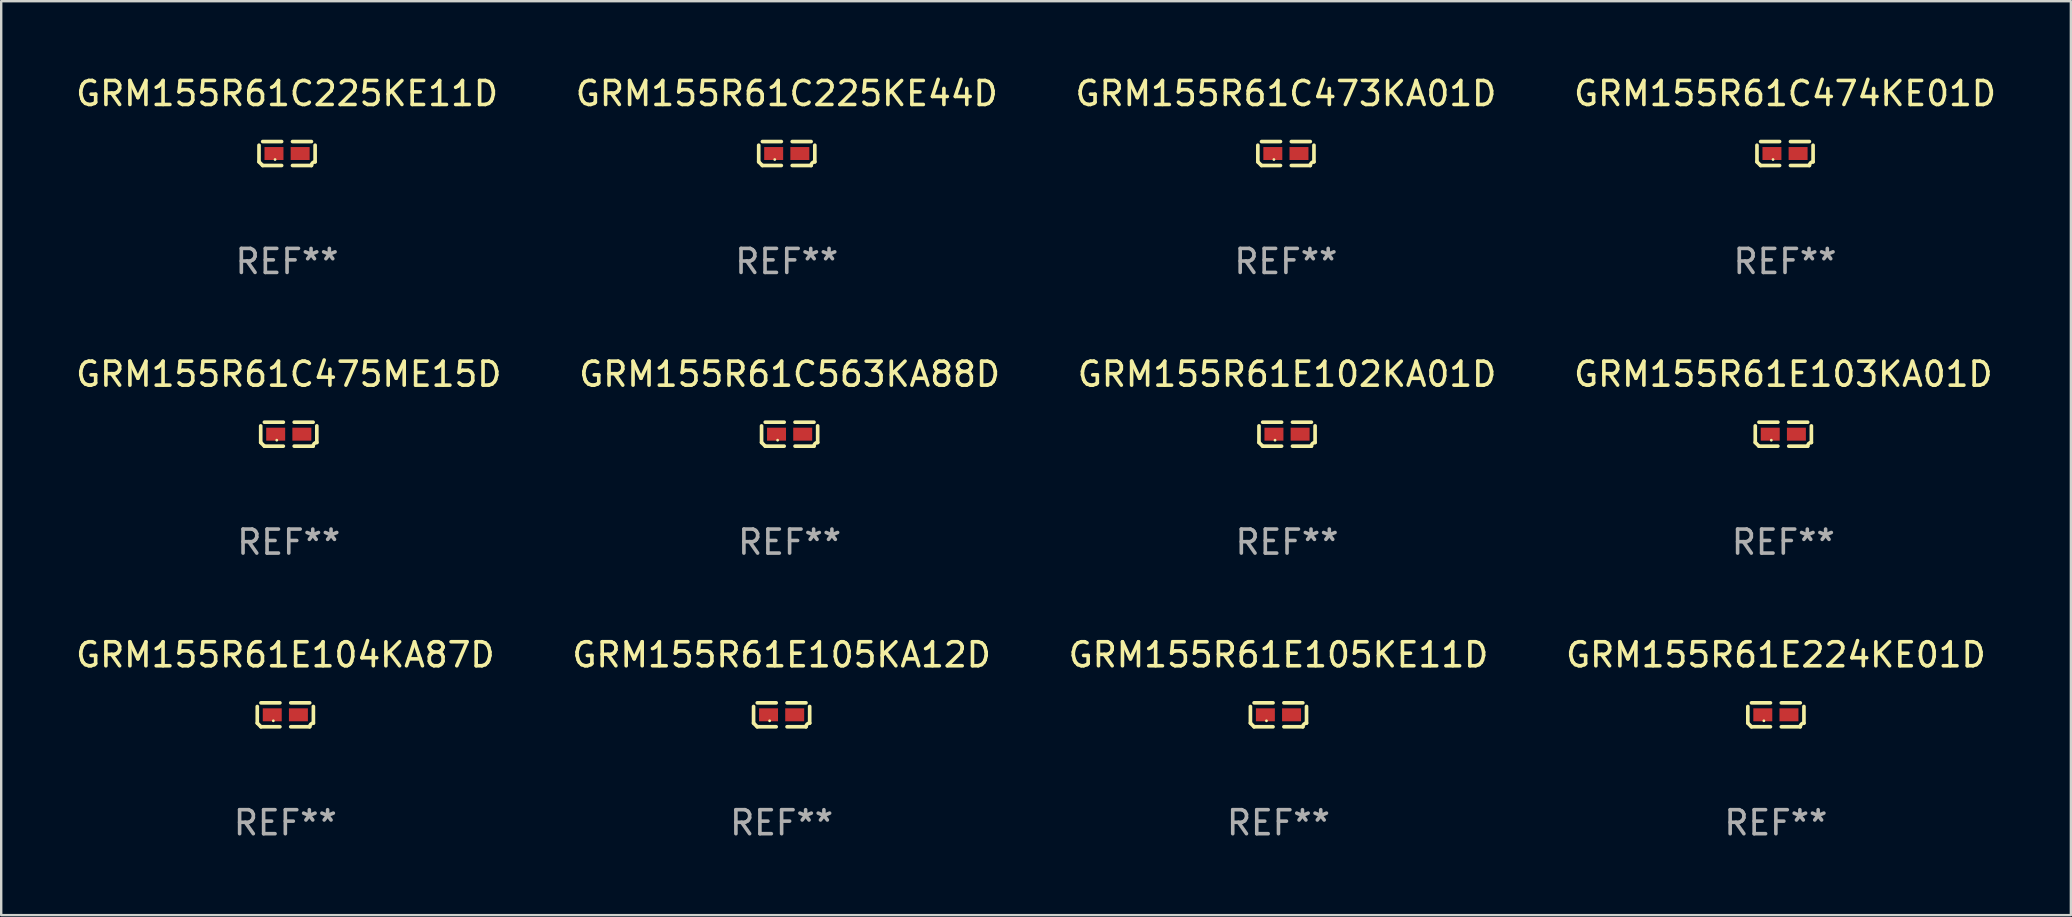
<source format=kicad_pcb>
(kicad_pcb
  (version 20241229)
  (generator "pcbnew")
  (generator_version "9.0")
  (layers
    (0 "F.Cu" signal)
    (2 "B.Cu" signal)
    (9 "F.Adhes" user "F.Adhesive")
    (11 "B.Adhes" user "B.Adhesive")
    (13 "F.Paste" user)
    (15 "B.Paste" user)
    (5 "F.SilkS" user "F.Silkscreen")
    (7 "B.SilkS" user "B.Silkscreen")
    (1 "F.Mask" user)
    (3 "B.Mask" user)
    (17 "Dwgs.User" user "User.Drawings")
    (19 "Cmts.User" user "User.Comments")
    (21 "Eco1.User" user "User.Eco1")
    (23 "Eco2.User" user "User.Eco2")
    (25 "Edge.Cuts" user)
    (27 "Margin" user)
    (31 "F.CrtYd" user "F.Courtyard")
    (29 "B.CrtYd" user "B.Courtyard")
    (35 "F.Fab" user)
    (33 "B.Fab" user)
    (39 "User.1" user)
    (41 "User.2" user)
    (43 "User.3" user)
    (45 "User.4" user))
  (footprint "GRM155R61E224KE01D"
    (layer "F.Cu")
    (at 70.946 26.734)
    (property "Reference" "GRM155R61E224KE01D" (at 0 -2.499 0) (layer "F.SilkS") (effects (font (size 1 1) (thickness 0.15))))
    (attr through_hole)
    (fp_line (start -1.169 0.346) (end -1.169 -0.346) (stroke (width 0.152) (type solid)) (layer "F.SilkS"))
    (fp_line (start -1.016 -0.499) (end -0.226 -0.499) (stroke (width 0.152) (type solid)) (layer "F.SilkS"))
    (fp_line (start -0.226 0.499) (end -1.016 0.499) (stroke (width 0.152) (type solid)) (layer "F.SilkS"))
    (fp_line (start 0.226 0.499) (end 1.016 0.499) (stroke (width 0.152) (type solid)) (layer "F.SilkS"))
    (fp_line (start 1.016 -0.499) (end 0.226 -0.499) (stroke (width 0.152) (type solid)) (layer "F.SilkS"))
    (fp_line (start 1.169 0.346) (end 1.169 -0.346) (stroke (width 0.152) (type solid)) (layer "F.SilkS"))
    (fp_arc (start -1.016307 0.498603) (mid -1.092512 0.422405) (end -1.16871 0.3462) (stroke (width 0.1524) (type solid)) (layer "F.SilkS"))
    (fp_arc (start 1.016307 0.498603) (mid 1.060899 0.390758) (end 1.168707 0.346076) (stroke (width 0.1524) (type solid)) (layer "F.SilkS"))
    (fp_circle (center -0.5 0.25) (end -0.47 0.25) (stroke (width 0.06) (type solid)) (fill no) (layer "F.SilkS"))
    (fp_text user "REF**" (at 0 4.499 0) (layer "F.Fab") (effects (font (size 1 1) (thickness 0.15))))
    (pad "1" smd rect (at -0.545 0) (size 0.79 0.54) (layers "F.Cu" "F.Mask" "F.Paste"))
    (pad "2" smd rect (at 0.545 0) (size 0.79 0.54) (layers "F.Cu" "F.Mask" "F.Paste")))
  (footprint "GRM155R61C225KE11D"
    (layer "F.Cu")
    (at 8.911 3.347)
    (property "Reference" "GRM155R61C225KE11D" (at 0 -2.499 0) (layer "F.SilkS") (effects (font (size 1 1) (thickness 0.15))))
    (attr through_hole)
    (fp_line (start -1.169 0.346) (end -1.169 -0.346) (stroke (width 0.152) (type solid)) (layer "F.SilkS"))
    (fp_line (start -1.016 -0.499) (end -0.226 -0.499) (stroke (width 0.152) (type solid)) (layer "F.SilkS"))
    (fp_line (start -0.226 0.499) (end -1.016 0.499) (stroke (width 0.152) (type solid)) (layer "F.SilkS"))
    (fp_line (start 0.226 0.499) (end 1.016 0.499) (stroke (width 0.152) (type solid)) (layer "F.SilkS"))
    (fp_line (start 1.016 -0.499) (end 0.226 -0.499) (stroke (width 0.152) (type solid)) (layer "F.SilkS"))
    (fp_line (start 1.169 0.346) (end 1.169 -0.346) (stroke (width 0.152) (type solid)) (layer "F.SilkS"))
    (fp_arc (start -1.016307 0.498603) (mid -1.092512 0.422405) (end -1.16871 0.3462) (stroke (width 0.1524) (type solid)) (layer "F.SilkS"))
    (fp_arc (start 1.016307 0.498603) (mid 1.060899 0.390758) (end 1.168707 0.346076) (stroke (width 0.1524) (type solid)) (layer "F.SilkS"))
    (fp_circle (center -0.5 0.25) (end -0.47 0.25) (stroke (width 0.06) (type solid)) (fill no) (layer "F.SilkS"))
    (fp_text user "REF**" (at 0 4.499 0) (layer "F.Fab") (effects (font (size 1 1) (thickness 0.15))))
    (pad "1" smd rect (at -0.545 0) (size 0.79 0.54) (layers "F.Cu" "F.Mask" "F.Paste"))
    (pad "2" smd rect (at 0.545 0) (size 0.79 0.54) (layers "F.Cu" "F.Mask" "F.Paste")))
  (footprint "GRM155R61E105KE11D"
    (layer "F.Cu")
    (at 50.22 26.734)
    (property "Reference" "GRM155R61E105KE11D" (at 0 -2.499 0) (layer "F.SilkS") (effects (font (size 1 1) (thickness 0.15))))
    (attr through_hole)
    (fp_line (start -1.169 0.346) (end -1.169 -0.346) (stroke (width 0.152) (type solid)) (layer "F.SilkS"))
    (fp_line (start -1.016 -0.499) (end -0.226 -0.499) (stroke (width 0.152) (type solid)) (layer "F.SilkS"))
    (fp_line (start -0.226 0.499) (end -1.016 0.499) (stroke (width 0.152) (type solid)) (layer "F.SilkS"))
    (fp_line (start 0.226 0.499) (end 1.016 0.499) (stroke (width 0.152) (type solid)) (layer "F.SilkS"))
    (fp_line (start 1.016 -0.499) (end 0.226 -0.499) (stroke (width 0.152) (type solid)) (layer "F.SilkS"))
    (fp_line (start 1.169 0.346) (end 1.169 -0.346) (stroke (width 0.152) (type solid)) (layer "F.SilkS"))
    (fp_arc (start -1.016307 0.498603) (mid -1.092512 0.422405) (end -1.16871 0.3462) (stroke (width 0.1524) (type solid)) (layer "F.SilkS"))
    (fp_arc (start 1.016307 0.498603) (mid 1.060899 0.390758) (end 1.168707 0.346076) (stroke (width 0.1524) (type solid)) (layer "F.SilkS"))
    (fp_circle (center -0.5 0.25) (end -0.47 0.25) (stroke (width 0.06) (type solid)) (fill no) (layer "F.SilkS"))
    (fp_text user "REF**" (at 0 4.499 0) (layer "F.Fab") (effects (font (size 1 1) (thickness 0.15))))
    (pad "1" smd rect (at -0.545 0) (size 0.79 0.54) (layers "F.Cu" "F.Mask" "F.Paste"))
    (pad "2" smd rect (at 0.545 0) (size 0.79 0.54) (layers "F.Cu" "F.Mask" "F.Paste")))
  (footprint "GRM155R61C474KE01D"
    (layer "F.Cu")
    (at 71.327 3.347)
    (property "Reference" "GRM155R61C474KE01D" (at 0 -2.499 0) (layer "F.SilkS") (effects (font (size 1 1) (thickness 0.15))))
    (attr through_hole)
    (fp_line (start -1.169 0.346) (end -1.169 -0.346) (stroke (width 0.152) (type solid)) (layer "F.SilkS"))
    (fp_line (start -1.016 -0.499) (end -0.226 -0.499) (stroke (width 0.152) (type solid)) (layer "F.SilkS"))
    (fp_line (start -0.226 0.499) (end -1.016 0.499) (stroke (width 0.152) (type solid)) (layer "F.SilkS"))
    (fp_line (start 0.226 0.499) (end 1.016 0.499) (stroke (width 0.152) (type solid)) (layer "F.SilkS"))
    (fp_line (start 1.016 -0.499) (end 0.226 -0.499) (stroke (width 0.152) (type solid)) (layer "F.SilkS"))
    (fp_line (start 1.169 0.346) (end 1.169 -0.346) (stroke (width 0.152) (type solid)) (layer "F.SilkS"))
    (fp_arc (start -1.016307 0.498603) (mid -1.092512 0.422405) (end -1.16871 0.3462) (stroke (width 0.1524) (type solid)) (layer "F.SilkS"))
    (fp_arc (start 1.016307 0.498603) (mid 1.060899 0.390758) (end 1.168707 0.346076) (stroke (width 0.1524) (type solid)) (layer "F.SilkS"))
    (fp_circle (center -0.5 0.25) (end -0.47 0.25) (stroke (width 0.06) (type solid)) (fill no) (layer "F.SilkS"))
    (fp_text user "REF**" (at 0 4.499 0) (layer "F.Fab") (effects (font (size 1 1) (thickness 0.15))))
    (pad "1" smd rect (at -0.545 0) (size 0.79 0.54) (layers "F.Cu" "F.Mask" "F.Paste"))
    (pad "2" smd rect (at 0.545 0) (size 0.79 0.54) (layers "F.Cu" "F.Mask" "F.Paste")))
  (footprint "GRM155R61E102KA01D"
    (layer "F.Cu")
    (at 50.577 15.041)
    (property "Reference" "GRM155R61E102KA01D" (at 0 -2.499 0) (layer "F.SilkS") (effects (font (size 1 1) (thickness 0.15))))
    (attr through_hole)
    (fp_line (start -1.169 0.346) (end -1.169 -0.346) (stroke (width 0.152) (type solid)) (layer "F.SilkS"))
    (fp_line (start -1.016 -0.499) (end -0.226 -0.499) (stroke (width 0.152) (type solid)) (layer "F.SilkS"))
    (fp_line (start -0.226 0.499) (end -1.016 0.499) (stroke (width 0.152) (type solid)) (layer "F.SilkS"))
    (fp_line (start 0.226 0.499) (end 1.016 0.499) (stroke (width 0.152) (type solid)) (layer "F.SilkS"))
    (fp_line (start 1.016 -0.499) (end 0.226 -0.499) (stroke (width 0.152) (type solid)) (layer "F.SilkS"))
    (fp_line (start 1.169 0.346) (end 1.169 -0.346) (stroke (width 0.152) (type solid)) (layer "F.SilkS"))
    (fp_arc (start -1.016307 0.498603) (mid -1.092512 0.422405) (end -1.16871 0.3462) (stroke (width 0.1524) (type solid)) (layer "F.SilkS"))
    (fp_arc (start 1.016307 0.498603) (mid 1.060899 0.390758) (end 1.168707 0.346076) (stroke (width 0.1524) (type solid)) (layer "F.SilkS"))
    (fp_circle (center -0.5 0.25) (end -0.47 0.25) (stroke (width 0.06) (type solid)) (fill no) (layer "F.SilkS"))
    (fp_text user "REF**" (at 0 4.499 0) (layer "F.Fab") (effects (font (size 1 1) (thickness 0.15))))
    (pad "1" smd rect (at -0.545 0) (size 0.79 0.54) (layers "F.Cu" "F.Mask" "F.Paste"))
    (pad "2" smd rect (at 0.545 0) (size 0.79 0.54) (layers "F.Cu" "F.Mask" "F.Paste")))
  (footprint "GRM155R61C225KE44D"
    (layer "F.Cu")
    (at 29.732 3.347)
    (property "Reference" "GRM155R61C225KE44D" (at 0 -2.499 0) (layer "F.SilkS") (effects (font (size 1 1) (thickness 0.15))))
    (attr through_hole)
    (fp_line (start -1.169 0.346) (end -1.169 -0.346) (stroke (width 0.152) (type solid)) (layer "F.SilkS"))
    (fp_line (start -1.016 -0.499) (end -0.226 -0.499) (stroke (width 0.152) (type solid)) (layer "F.SilkS"))
    (fp_line (start -0.226 0.499) (end -1.016 0.499) (stroke (width 0.152) (type solid)) (layer "F.SilkS"))
    (fp_line (start 0.226 0.499) (end 1.016 0.499) (stroke (width 0.152) (type solid)) (layer "F.SilkS"))
    (fp_line (start 1.016 -0.499) (end 0.226 -0.499) (stroke (width 0.152) (type solid)) (layer "F.SilkS"))
    (fp_line (start 1.169 0.346) (end 1.169 -0.346) (stroke (width 0.152) (type solid)) (layer "F.SilkS"))
    (fp_arc (start -1.016307 0.498603) (mid -1.092512 0.422405) (end -1.16871 0.3462) (stroke (width 0.1524) (type solid)) (layer "F.SilkS"))
    (fp_arc (start 1.016307 0.498603) (mid 1.060899 0.390758) (end 1.168707 0.346076) (stroke (width 0.1524) (type solid)) (layer "F.SilkS"))
    (fp_circle (center -0.5 0.25) (end -0.47 0.25) (stroke (width 0.06) (type solid)) (fill no) (layer "F.SilkS"))
    (fp_text user "REF**" (at 0 4.499 0) (layer "F.Fab") (effects (font (size 1 1) (thickness 0.15))))
    (pad "1" smd rect (at -0.545 0) (size 0.79 0.54) (layers "F.Cu" "F.Mask" "F.Paste"))
    (pad "2" smd rect (at 0.545 0) (size 0.79 0.54) (layers "F.Cu" "F.Mask" "F.Paste")))
  (footprint "GRM155R61E103KA01D"
    (layer "F.Cu")
    (at 71.256 15.041)
    (property "Reference" "GRM155R61E103KA01D" (at 0 -2.499 0) (layer "F.SilkS") (effects (font (size 1 1) (thickness 0.15))))
    (attr through_hole)
    (fp_line (start -1.169 0.346) (end -1.169 -0.346) (stroke (width 0.152) (type solid)) (layer "F.SilkS"))
    (fp_line (start -1.016 -0.499) (end -0.226 -0.499) (stroke (width 0.152) (type solid)) (layer "F.SilkS"))
    (fp_line (start -0.226 0.499) (end -1.016 0.499) (stroke (width 0.152) (type solid)) (layer "F.SilkS"))
    (fp_line (start 0.226 0.499) (end 1.016 0.499) (stroke (width 0.152) (type solid)) (layer "F.SilkS"))
    (fp_line (start 1.016 -0.499) (end 0.226 -0.499) (stroke (width 0.152) (type solid)) (layer "F.SilkS"))
    (fp_line (start 1.169 0.346) (end 1.169 -0.346) (stroke (width 0.152) (type solid)) (layer "F.SilkS"))
    (fp_arc (start -1.016307 0.498603) (mid -1.092512 0.422405) (end -1.16871 0.3462) (stroke (width 0.1524) (type solid)) (layer "F.SilkS"))
    (fp_arc (start 1.016307 0.498603) (mid 1.060899 0.390758) (end 1.168707 0.346076) (stroke (width 0.1524) (type solid)) (layer "F.SilkS"))
    (fp_circle (center -0.5 0.25) (end -0.47 0.25) (stroke (width 0.06) (type solid)) (fill no) (layer "F.SilkS"))
    (fp_text user "REF**" (at 0 4.499 0) (layer "F.Fab") (effects (font (size 1 1) (thickness 0.15))))
    (pad "1" smd rect (at -0.545 0) (size 0.79 0.54) (layers "F.Cu" "F.Mask" "F.Paste"))
    (pad "2" smd rect (at 0.545 0) (size 0.79 0.54) (layers "F.Cu" "F.Mask" "F.Paste")))
  (footprint "GRM155R61E104KA87D"
    (layer "F.Cu")
    (at 8.839 26.734)
    (property "Reference" "GRM155R61E104KA87D" (at 0 -2.499 0) (layer "F.SilkS") (effects (font (size 1 1) (thickness 0.15))))
    (attr through_hole)
    (fp_line (start -1.169 0.346) (end -1.169 -0.346) (stroke (width 0.152) (type solid)) (layer "F.SilkS"))
    (fp_line (start -1.016 -0.499) (end -0.226 -0.499) (stroke (width 0.152) (type solid)) (layer "F.SilkS"))
    (fp_line (start -0.226 0.499) (end -1.016 0.499) (stroke (width 0.152) (type solid)) (layer "F.SilkS"))
    (fp_line (start 0.226 0.499) (end 1.016 0.499) (stroke (width 0.152) (type solid)) (layer "F.SilkS"))
    (fp_line (start 1.016 -0.499) (end 0.226 -0.499) (stroke (width 0.152) (type solid)) (layer "F.SilkS"))
    (fp_line (start 1.169 0.346) (end 1.169 -0.346) (stroke (width 0.152) (type solid)) (layer "F.SilkS"))
    (fp_arc (start -1.016307 0.498603) (mid -1.092512 0.422405) (end -1.16871 0.3462) (stroke (width 0.1524) (type solid)) (layer "F.SilkS"))
    (fp_arc (start 1.016307 0.498603) (mid 1.060899 0.390758) (end 1.168707 0.346076) (stroke (width 0.1524) (type solid)) (layer "F.SilkS"))
    (fp_circle (center -0.5 0.25) (end -0.47 0.25) (stroke (width 0.06) (type solid)) (fill no) (layer "F.SilkS"))
    (fp_text user "REF**" (at 0 4.499 0) (layer "F.Fab") (effects (font (size 1 1) (thickness 0.15))))
    (pad "1" smd rect (at -0.545 0) (size 0.79 0.54) (layers "F.Cu" "F.Mask" "F.Paste"))
    (pad "2" smd rect (at 0.545 0) (size 0.79 0.54) (layers "F.Cu" "F.Mask" "F.Paste")))
  (footprint "GRM155R61E105KA12D"
    (layer "F.Cu")
    (at 29.518 26.734)
    (property "Reference" "GRM155R61E105KA12D" (at 0 -2.499 0) (layer "F.SilkS") (effects (font (size 1 1) (thickness 0.15))))
    (attr through_hole)
    (fp_line (start -1.169 0.346) (end -1.169 -0.346) (stroke (width 0.152) (type solid)) (layer "F.SilkS"))
    (fp_line (start -1.016 -0.499) (end -0.226 -0.499) (stroke (width 0.152) (type solid)) (layer "F.SilkS"))
    (fp_line (start -0.226 0.499) (end -1.016 0.499) (stroke (width 0.152) (type solid)) (layer "F.SilkS"))
    (fp_line (start 0.226 0.499) (end 1.016 0.499) (stroke (width 0.152) (type solid)) (layer "F.SilkS"))
    (fp_line (start 1.016 -0.499) (end 0.226 -0.499) (stroke (width 0.152) (type solid)) (layer "F.SilkS"))
    (fp_line (start 1.169 0.346) (end 1.169 -0.346) (stroke (width 0.152) (type solid)) (layer "F.SilkS"))
    (fp_arc (start -1.016307 0.498603) (mid -1.092512 0.422405) (end -1.16871 0.3462) (stroke (width 0.1524) (type solid)) (layer "F.SilkS"))
    (fp_arc (start 1.016307 0.498603) (mid 1.060899 0.390758) (end 1.168707 0.346076) (stroke (width 0.1524) (type solid)) (layer "F.SilkS"))
    (fp_circle (center -0.5 0.25) (end -0.47 0.25) (stroke (width 0.06) (type solid)) (fill no) (layer "F.SilkS"))
    (fp_text user "REF**" (at 0 4.499 0) (layer "F.Fab") (effects (font (size 1 1) (thickness 0.15))))
    (pad "1" smd rect (at -0.545 0) (size 0.79 0.54) (layers "F.Cu" "F.Mask" "F.Paste"))
    (pad "2" smd rect (at 0.545 0) (size 0.79 0.54) (layers "F.Cu" "F.Mask" "F.Paste")))
  (footprint "GRM155R61C475ME15D"
    (layer "F.Cu")
    (at 8.982 15.041)
    (property "Reference" "GRM155R61C475ME15D" (at 0 -2.499 0) (layer "F.SilkS") (effects (font (size 1 1) (thickness 0.15))))
    (attr through_hole)
    (fp_line (start -1.169 0.346) (end -1.169 -0.346) (stroke (width 0.152) (type solid)) (layer "F.SilkS"))
    (fp_line (start -1.016 -0.499) (end -0.226 -0.499) (stroke (width 0.152) (type solid)) (layer "F.SilkS"))
    (fp_line (start -0.226 0.499) (end -1.016 0.499) (stroke (width 0.152) (type solid)) (layer "F.SilkS"))
    (fp_line (start 0.226 0.499) (end 1.016 0.499) (stroke (width 0.152) (type solid)) (layer "F.SilkS"))
    (fp_line (start 1.016 -0.499) (end 0.226 -0.499) (stroke (width 0.152) (type solid)) (layer "F.SilkS"))
    (fp_line (start 1.169 0.346) (end 1.169 -0.346) (stroke (width 0.152) (type solid)) (layer "F.SilkS"))
    (fp_arc (start -1.016307 0.498603) (mid -1.092512 0.422405) (end -1.16871 0.3462) (stroke (width 0.1524) (type solid)) (layer "F.SilkS"))
    (fp_arc (start 1.016307 0.498603) (mid 1.060899 0.390758) (end 1.168707 0.346076) (stroke (width 0.1524) (type solid)) (layer "F.SilkS"))
    (fp_circle (center -0.5 0.25) (end -0.47 0.25) (stroke (width 0.06) (type solid)) (fill no) (layer "F.SilkS"))
    (fp_text user "REF**" (at 0 4.499 0) (layer "F.Fab") (effects (font (size 1 1) (thickness 0.15))))
    (pad "1" smd rect (at -0.545 0) (size 0.79 0.54) (layers "F.Cu" "F.Mask" "F.Paste"))
    (pad "2" smd rect (at 0.545 0) (size 0.79 0.54) (layers "F.Cu" "F.Mask" "F.Paste")))
  (footprint "GRM155R61C473KA01D"
    (layer "F.Cu")
    (at 50.53 3.347)
    (property "Reference" "GRM155R61C473KA01D" (at 0 -2.499 0) (layer "F.SilkS") (effects (font (size 1 1) (thickness 0.15))))
    (attr through_hole)
    (fp_line (start -1.169 0.346) (end -1.169 -0.346) (stroke (width 0.152) (type solid)) (layer "F.SilkS"))
    (fp_line (start -1.016 -0.499) (end -0.226 -0.499) (stroke (width 0.152) (type solid)) (layer "F.SilkS"))
    (fp_line (start -0.226 0.499) (end -1.016 0.499) (stroke (width 0.152) (type solid)) (layer "F.SilkS"))
    (fp_line (start 0.226 0.499) (end 1.016 0.499) (stroke (width 0.152) (type solid)) (layer "F.SilkS"))
    (fp_line (start 1.016 -0.499) (end 0.226 -0.499) (stroke (width 0.152) (type solid)) (layer "F.SilkS"))
    (fp_line (start 1.169 0.346) (end 1.169 -0.346) (stroke (width 0.152) (type solid)) (layer "F.SilkS"))
    (fp_arc (start -1.016307 0.498603) (mid -1.092512 0.422405) (end -1.16871 0.3462) (stroke (width 0.1524) (type solid)) (layer "F.SilkS"))
    (fp_arc (start 1.016307 0.498603) (mid 1.060899 0.390758) (end 1.168707 0.346076) (stroke (width 0.1524) (type solid)) (layer "F.SilkS"))
    (fp_circle (center -0.5 0.25) (end -0.47 0.25) (stroke (width 0.06) (type solid)) (fill no) (layer "F.SilkS"))
    (fp_text user "REF**" (at 0 4.499 0) (layer "F.Fab") (effects (font (size 1 1) (thickness 0.15))))
    (pad "1" smd rect (at -0.545 0) (size 0.79 0.54) (layers "F.Cu" "F.Mask" "F.Paste"))
    (pad "2" smd rect (at 0.545 0) (size 0.79 0.54) (layers "F.Cu" "F.Mask" "F.Paste")))
  (footprint "GRM155R61C563KA88D"
    (layer "F.Cu")
    (at 29.851 15.041)
    (property "Reference" "GRM155R61C563KA88D" (at 0 -2.499 0) (layer "F.SilkS") (effects (font (size 1 1) (thickness 0.15))))
    (attr through_hole)
    (fp_line (start -1.169 0.346) (end -1.169 -0.346) (stroke (width 0.152) (type solid)) (layer "F.SilkS"))
    (fp_line (start -1.016 -0.499) (end -0.226 -0.499) (stroke (width 0.152) (type solid)) (layer "F.SilkS"))
    (fp_line (start -0.226 0.499) (end -1.016 0.499) (stroke (width 0.152) (type solid)) (layer "F.SilkS"))
    (fp_line (start 0.226 0.499) (end 1.016 0.499) (stroke (width 0.152) (type solid)) (layer "F.SilkS"))
    (fp_line (start 1.016 -0.499) (end 0.226 -0.499) (stroke (width 0.152) (type solid)) (layer "F.SilkS"))
    (fp_line (start 1.169 0.346) (end 1.169 -0.346) (stroke (width 0.152) (type solid)) (layer "F.SilkS"))
    (fp_arc (start -1.016307 0.498603) (mid -1.092512 0.422405) (end -1.16871 0.3462) (stroke (width 0.1524) (type solid)) (layer "F.SilkS"))
    (fp_arc (start 1.016307 0.498603) (mid 1.060899 0.390758) (end 1.168707 0.346076) (stroke (width 0.1524) (type solid)) (layer "F.SilkS"))
    (fp_circle (center -0.5 0.25) (end -0.47 0.25) (stroke (width 0.06) (type solid)) (fill no) (layer "F.SilkS"))
    (fp_text user "REF**" (at 0 4.499 0) (layer "F.Fab") (effects (font (size 1 1) (thickness 0.15))))
    (pad "1" smd rect (at -0.545 0) (size 0.79 0.54) (layers "F.Cu" "F.Mask" "F.Paste"))
    (pad "2" smd rect (at 0.545 0) (size 0.79 0.54) (layers "F.Cu" "F.Mask" "F.Paste")))
  (gr_rect
    (start -3 -3)
    (end 83.238 35.081)
    (stroke (width 0.1) (type default))
    (fill no)
    (layer "Edge.Cuts")))
</source>
